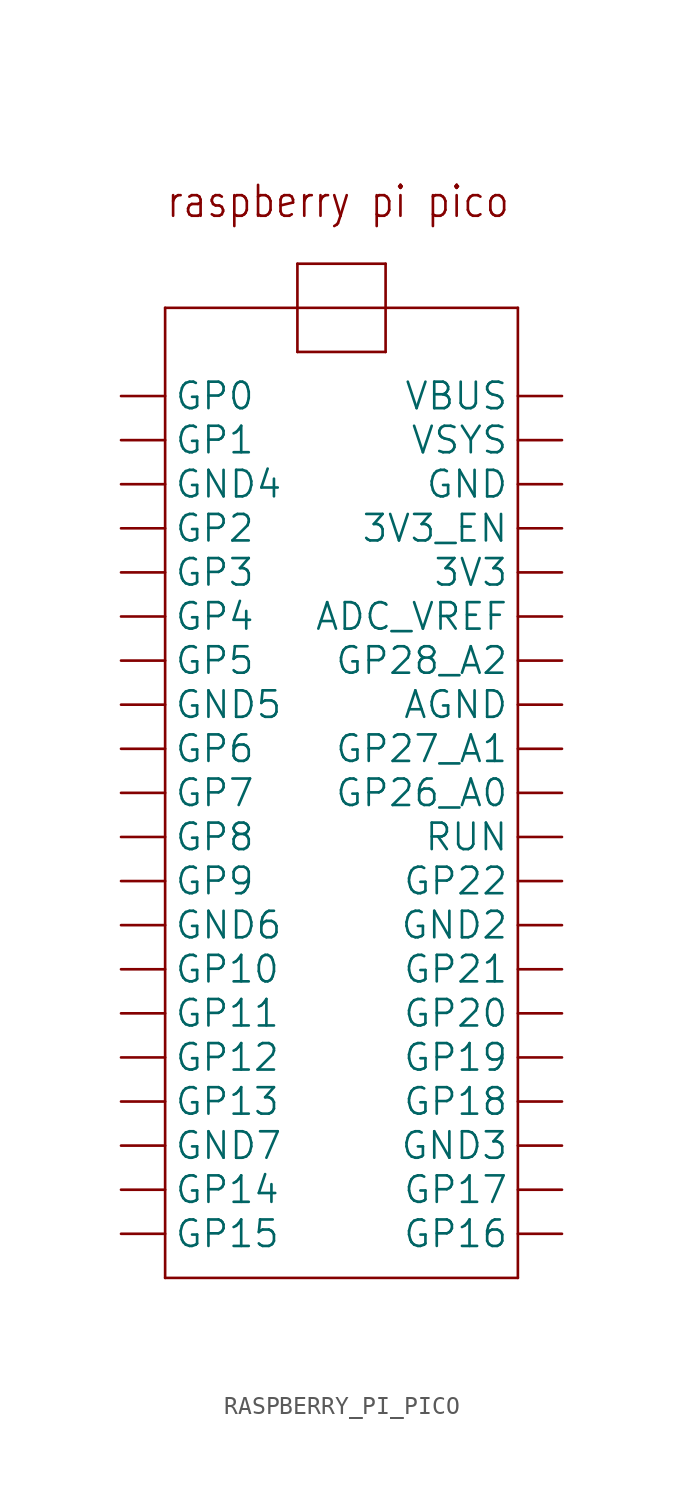
<source format=kicad_sym>
(kicad_symbol_lib
  (version 20241209)
  (generator "kicad_symbol_editor")
  (generator_version "9.0")
  (symbol "RASPBERRY_PI_PICO"
    (property "Reference" "U"
      (at 0 0 0)
      (effects (font (size 1.27 1.27)) (hide yes)))
    (property "ki_locked" ""
      (at 0 0 0)
      (effects (font (size 1.27 1.27))))
    (symbol "RASPBERRY_PI_PICO_1_0"
      (polyline (pts (xy -7.62 25.4) (xy -7.62 -30.48)) (stroke (width 0.152) (type solid)) (fill (type none)))
      (polyline (pts (xy -7.62 -30.48) (xy 12.7 -30.48)) (stroke (width 0.152) (type solid)) (fill (type none)))
      (polyline (pts (xy 0 27.94) (xy 0 22.86)) (stroke (width 0.152) (type solid)) (fill (type none)))
      (polyline (pts (xy 0 22.86) (xy 5.08 22.86)) (stroke (width 0.152) (type solid)) (fill (type none)))
      (polyline (pts (xy 5.08 27.94) (xy 0 27.94)) (stroke (width 0.152) (type solid)) (fill (type none)))
      (polyline (pts (xy 5.08 22.86) (xy 5.08 27.94)) (stroke (width 0.152) (type solid)) (fill (type none)))
      (polyline (pts (xy 12.7 25.4) (xy -7.62 25.4)) (stroke (width 0.152) (type solid)) (fill (type none)))
      (polyline (pts (xy 12.7 -30.48) (xy 12.7 25.4)) (stroke (width 0.152) (type solid)) (fill (type none)))
      (text "raspberry pi pico" (at -7.62 30.48 0) (effects (font (size 1.778 1.511)) (justify left bottom)))
      (pin bidirectional line (at -10.16 20.32 0) (length 2.54) (name "GP0" (effects (font (size 1.524 1.524)))) (number "GP0" (effects (font (size 0 0)))))
      (pin bidirectional line (at -10.16 17.78 0) (length 2.54) (name "GP1" (effects (font (size 1.524 1.524)))) (number "GP1" (effects (font (size 0 0)))))
      (pin bidirectional line (at -10.16 15.24 0) (length 2.54) (name "GND4" (effects (font (size 1.524 1.524)))) (number "GND4" (effects (font (size 0 0)))))
      (pin bidirectional line (at -10.16 12.7 0) (length 2.54) (name "GP2" (effects (font (size 1.524 1.524)))) (number "GP2" (effects (font (size 0 0)))))
      (pin bidirectional line (at -10.16 10.16 0) (length 2.54) (name "GP3" (effects (font (size 1.524 1.524)))) (number "GP3" (effects (font (size 0 0)))))
      (pin bidirectional line (at -10.16 7.62 0) (length 2.54) (name "GP4" (effects (font (size 1.524 1.524)))) (number "GP4" (effects (font (size 0 0)))))
      (pin bidirectional line (at -10.16 5.08 0) (length 2.54) (name "GP5" (effects (font (size 1.524 1.524)))) (number "GP5" (effects (font (size 0 0)))))
      (pin bidirectional line (at -10.16 2.54 0) (length 2.54) (name "GND5" (effects (font (size 1.524 1.524)))) (number "GND5" (effects (font (size 0 0)))))
      (pin bidirectional line (at -10.16 0 0) (length 2.54) (name "GP6" (effects (font (size 1.524 1.524)))) (number "GP6" (effects (font (size 0 0)))))
      (pin bidirectional line (at -10.16 -2.54 0) (length 2.54) (name "GP7" (effects (font (size 1.524 1.524)))) (number "GP7" (effects (font (size 0 0)))))
      (pin bidirectional line (at -10.16 -5.08 0) (length 2.54) (name "GP8" (effects (font (size 1.524 1.524)))) (number "GP8" (effects (font (size 0 0)))))
      (pin bidirectional line (at -10.16 -7.62 0) (length 2.54) (name "GP9" (effects (font (size 1.524 1.524)))) (number "GP9" (effects (font (size 0 0)))))
      (pin bidirectional line (at -10.16 -10.16 0) (length 2.54) (name "GND6" (effects (font (size 1.524 1.524)))) (number "GND6" (effects (font (size 0 0)))))
      (pin bidirectional line (at -10.16 -12.7 0) (length 2.54) (name "GP10" (effects (font (size 1.524 1.524)))) (number "GP10" (effects (font (size 0 0)))))
      (pin bidirectional line (at -10.16 -15.24 0) (length 2.54) (name "GP11" (effects (font (size 1.524 1.524)))) (number "GP11" (effects (font (size 0 0)))))
      (pin bidirectional line (at -10.16 -17.78 0) (length 2.54) (name "GP12" (effects (font (size 1.524 1.524)))) (number "GP12" (effects (font (size 0 0)))))
      (pin bidirectional line (at -10.16 -20.32 0) (length 2.54) (name "GP13" (effects (font (size 1.524 1.524)))) (number "GP13" (effects (font (size 0 0)))))
      (pin bidirectional line (at -10.16 -22.86 0) (length 2.54) (name "GND7" (effects (font (size 1.524 1.524)))) (number "GND7" (effects (font (size 0 0)))))
      (pin bidirectional line (at -10.16 -25.4 0) (length 2.54) (name "GP14" (effects (font (size 1.524 1.524)))) (number "GP14" (effects (font (size 0 0)))))
      (pin bidirectional line (at -10.16 -27.94 0) (length 2.54) (name "GP15" (effects (font (size 1.524 1.524)))) (number "GP15" (effects (font (size 0 0)))))
      (pin bidirectional line (at 15.24 20.32 180) (length 2.54) (name "VBUS" (effects (font (size 1.524 1.524)))) (number "VBUS" (effects (font (size 0 0)))))
      (pin bidirectional line (at 15.24 17.78 180) (length 2.54) (name "VSYS" (effects (font (size 1.524 1.524)))) (number "VSYS" (effects (font (size 0 0)))))
      (pin bidirectional line (at 15.24 15.24 180) (length 2.54) (name "GND" (effects (font (size 1.524 1.524)))) (number "GND" (effects (font (size 0 0)))))
      (pin bidirectional line (at 15.24 12.7 180) (length 2.54) (name "3V3_EN" (effects (font (size 1.524 1.524)))) (number "3V3_EN" (effects (font (size 0 0)))))
      (pin bidirectional line (at 15.24 10.16 180) (length 2.54) (name "3V3" (effects (font (size 1.524 1.524)))) (number "3V3" (effects (font (size 0 0)))))
      (pin bidirectional line (at 15.24 7.62 180) (length 2.54) (name "ADC_VREF" (effects (font (size 1.524 1.524)))) (number "ADC_VREF" (effects (font (size 0 0)))))
      (pin bidirectional line (at 15.24 5.08 180) (length 2.54) (name "GP28_A2" (effects (font (size 1.524 1.524)))) (number "GP28_A2" (effects (font (size 0 0)))))
      (pin bidirectional line (at 15.24 2.54 180) (length 2.54) (name "AGND" (effects (font (size 1.524 1.524)))) (number "AGND" (effects (font (size 0 0)))))
      (pin bidirectional line (at 15.24 0 180) (length 2.54) (name "GP27_A1" (effects (font (size 1.524 1.524)))) (number "GP27_A1" (effects (font (size 0 0)))))
      (pin bidirectional line (at 15.24 -2.54 180) (length 2.54) (name "GP26_A0" (effects (font (size 1.524 1.524)))) (number "GP26_A0" (effects (font (size 0 0)))))
      (pin bidirectional line (at 15.24 -5.08 180) (length 2.54) (name "RUN" (effects (font (size 1.524 1.524)))) (number "RUN" (effects (font (size 0 0)))))
      (pin bidirectional line (at 15.24 -7.62 180) (length 2.54) (name "GP22" (effects (font (size 1.524 1.524)))) (number "GP22" (effects (font (size 0 0)))))
      (pin bidirectional line (at 15.24 -10.16 180) (length 2.54) (name "GND2" (effects (font (size 1.524 1.524)))) (number "GND2" (effects (font (size 0 0)))))
      (pin bidirectional line (at 15.24 -12.7 180) (length 2.54) (name "GP21" (effects (font (size 1.524 1.524)))) (number "GP21" (effects (font (size 0 0)))))
      (pin bidirectional line (at 15.24 -15.24 180) (length 2.54) (name "GP20" (effects (font (size 1.524 1.524)))) (number "GP20" (effects (font (size 0 0)))))
      (pin bidirectional line (at 15.24 -17.78 180) (length 2.54) (name "GP19" (effects (font (size 1.524 1.524)))) (number "GP19" (effects (font (size 0 0)))))
      (pin bidirectional line (at 15.24 -20.32 180) (length 2.54) (name "GP18" (effects (font (size 1.524 1.524)))) (number "GP18" (effects (font (size 0 0)))))
      (pin bidirectional line (at 15.24 -22.86 180) (length 2.54) (name "GND3" (effects (font (size 1.524 1.524)))) (number "GND3" (effects (font (size 0 0)))))
      (pin bidirectional line (at 15.24 -25.4 180) (length 2.54) (name "GP17" (effects (font (size 1.524 1.524)))) (number "GP17" (effects (font (size 0 0)))))
      (pin bidirectional line (at 15.24 -27.94 180) (length 2.54) (name "GP16" (effects (font (size 1.524 1.524)))) (number "GP16" (effects (font (size 0 0))))))))
</source>
